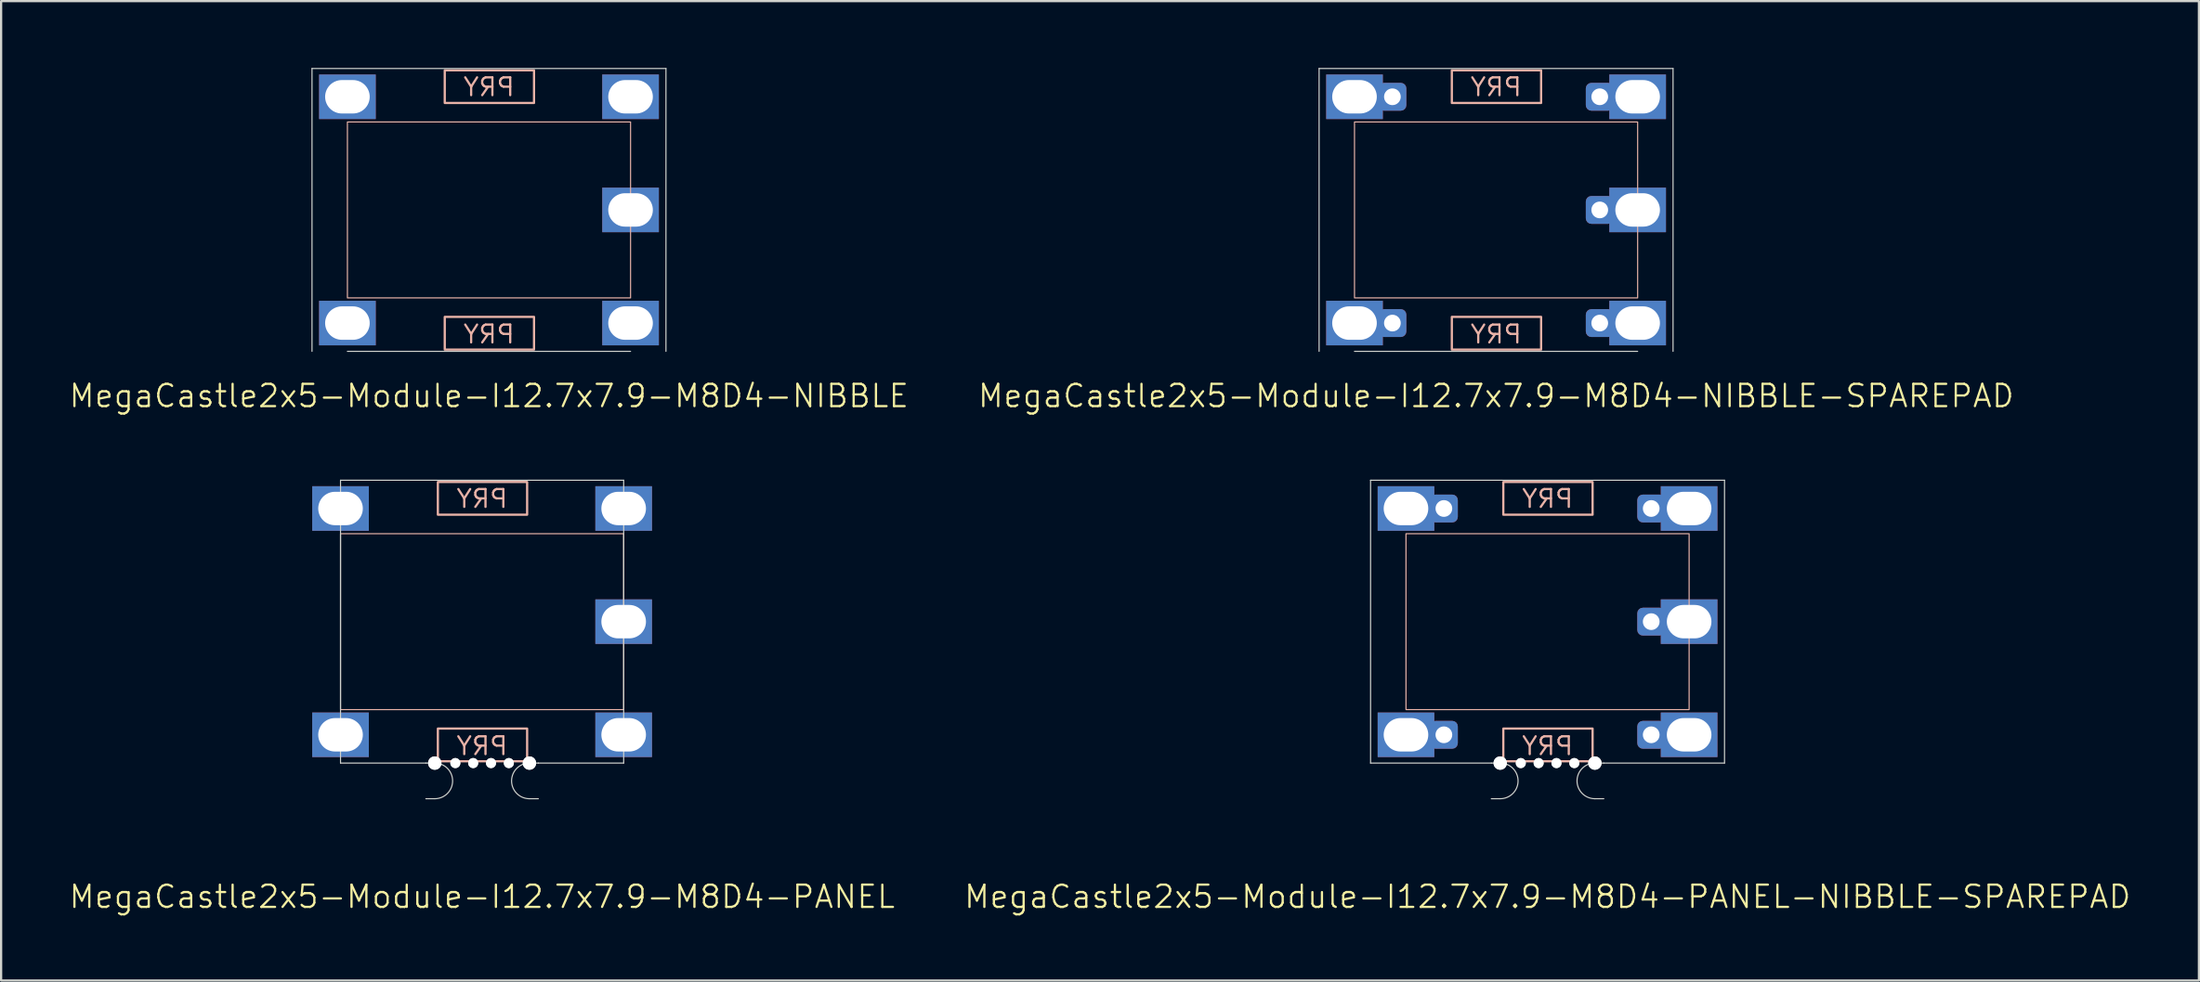
<source format=kicad_pcb>
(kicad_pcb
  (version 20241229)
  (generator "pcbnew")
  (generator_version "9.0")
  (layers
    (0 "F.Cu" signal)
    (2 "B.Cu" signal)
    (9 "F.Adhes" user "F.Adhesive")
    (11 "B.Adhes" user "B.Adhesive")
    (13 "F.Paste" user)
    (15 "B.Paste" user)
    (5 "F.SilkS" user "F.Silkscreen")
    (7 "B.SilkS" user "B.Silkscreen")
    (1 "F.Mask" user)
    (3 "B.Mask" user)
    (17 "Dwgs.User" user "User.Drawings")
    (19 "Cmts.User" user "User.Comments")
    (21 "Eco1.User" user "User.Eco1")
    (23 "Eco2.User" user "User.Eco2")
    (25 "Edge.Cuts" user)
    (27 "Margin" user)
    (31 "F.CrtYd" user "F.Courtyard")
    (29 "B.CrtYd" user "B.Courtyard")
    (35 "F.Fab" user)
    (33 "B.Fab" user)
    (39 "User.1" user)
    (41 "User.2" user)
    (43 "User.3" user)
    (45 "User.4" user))
  (footprint "MegaCastle2x5-Module-I12.7x7.9-M8D4-NIBBLE-SPAREPAD"
    (layer "F.Cu")
    (at 64.055 6.375)
    (property "Reference" "MegaCastle2x5-Module-I12.7x7.9-M8D4-NIBBLE-SPAREPAD" (at 0 8.35 0) (unlocked yes) (layer "F.SilkS") (effects (font (size 1 1) (thickness 0.1))))
    (attr smd)
    (fp_rect (start -6.35 3.95) (end 6.35 -3.95) (stroke (width 0.05) (type default)) (fill no) (layer "B.SilkS"))
    (fp_rect (start -1.984 -4.801) (end 2.02 -6.27) (stroke (width 0.1) (type default)) (fill no) (layer "B.SilkS"))
    (fp_rect (start -1.984 4.801) (end 2.02 6.27) (stroke (width 0.1) (type default)) (fill no) (layer "B.SilkS"))
    (fp_line (start -7.938 -6.35) (end -7.938 6.35) (stroke (width 0.05) (type default)) (layer "Edge.Cuts"))
    (fp_line (start -7.938 -6.35) (end 7.938 -6.35) (stroke (width 0.05) (type default)) (layer "Edge.Cuts"))
    (fp_line (start -6.35 6.35) (end 6.35 6.35) (stroke (width 0.05) (type default)) (layer "Edge.Cuts"))
    (fp_line (start 7.938 -6.35) (end 7.938 6.35) (stroke (width 0.05) (type default)) (layer "Edge.Cuts"))
    (fp_text user "PRY" (at 0 -5.05 0) (unlocked yes) (layer "B.SilkS") (effects (font (size 0.8 0.8) (thickness 0.1)) (justify bottom mirror)))
    (fp_text user "PRY" (at 0 6.05 0) (unlocked yes) (layer "B.SilkS") (effects (font (size 0.8 0.8) (thickness 0.1)) (justify bottom mirror)))
    (pad "1" thru_hole rect (at -6.35 -5.08) (size 2.54 2) (drill oval 2 1.5) (property pad_prop_castellated) (layers "*.Cu" "*.Mask"))
    (pad "1" thru_hole roundrect (at -4.65 -5.08 180) (size 1.25 1.25) (drill 0.75) (layers "*.Cu" "*.Mask") (roundrect_rratio 0.2))
    (pad "5" thru_hole rect (at -6.35 5.08) (size 2.54 2) (drill oval 2 1.5) (property pad_prop_castellated) (layers "*.Cu" "*.Mask"))
    (pad "5" thru_hole roundrect (at -4.65 5.08 180) (size 1.25 1.25) (drill 0.75) (layers "*.Cu" "*.Mask") (roundrect_rratio 0.2))
    (pad "6" thru_hole roundrect (at 4.65 -5.08 180) (size 1.25 1.25) (drill 0.75) (layers "*.Cu" "*.Mask") (roundrect_rratio 0.2))
    (pad "6" thru_hole rect (at 6.35 -5.08) (size 2.54 2) (drill oval 2 1.5) (property pad_prop_castellated) (layers "*.Cu" "*.Mask"))
    (pad "8" thru_hole roundrect (at 4.65 0 180) (size 1.25 1.25) (drill 0.75) (layers "*.Cu" "*.Mask") (roundrect_rratio 0.2))
    (pad "8" thru_hole rect (at 6.35 0) (size 2.54 2) (drill oval 2 1.5) (property pad_prop_castellated) (layers "*.Cu" "*.Mask"))
    (pad "10" thru_hole roundrect (at 4.65 5.08 180) (size 1.25 1.25) (drill 0.75) (layers "*.Cu" "*.Mask") (roundrect_rratio 0.2))
    (pad "10" thru_hole rect (at 6.35 5.08) (size 2.54 2) (drill oval 2 1.5) (property pad_prop_castellated) (layers "*.Cu" "*.Mask"))
    (zone (net_name "") (layer "B.Cu") (hatch edge 0.5) (connect_pads) (min_thickness 0.25) (filled_areas_thickness no) (keepout (tracks allowed) (vias allowed) (pads allowed) (copperpour allowed) (footprints not_allowed)) (placement (enabled no)) (fill) (polygon (pts (xy 57.705 12.725) (xy 57.705 0.025))))
    (zone (net_name "") (layer "B.Cu") (hatch edge 0.5) (connect_pads) (min_thickness 0.25) (filled_areas_thickness no) (keepout (tracks allowed) (vias allowed) (pads allowed) (copperpour allowed) (footprints not_allowed)) (placement (enabled no)) (fill) (polygon (pts (xy 70.405 12.725) (xy 70.405 0.025))))
    (zone (net_name "") (layer "B.Cu") (hatch edge 0.5) (connect_pads) (min_thickness 0.25) (filled_areas_thickness no) (keepout (tracks allowed) (vias allowed) (pads allowed) (copperpour allowed) (footprints not_allowed)) (placement (enabled no)) (fill) (polygon (pts (xy 57.705 0.025) (xy 57.705 2.425) (xy 70.405 2.425) (xy 70.405 0.025))))
    (zone (net_name "") (layer "B.Cu") (hatch edge 0.5) (connect_pads) (min_thickness 0.25) (filled_areas_thickness no) (keepout (tracks allowed) (vias allowed) (pads allowed) (copperpour allowed) (footprints not_allowed)) (placement (enabled no)) (fill) (polygon (pts (xy 57.705 12.725) (xy 57.705 10.325) (xy 70.405 10.325) (xy 70.405 12.725))))
    (zone (net_name "") (layer "B.Cu") (name "Upper Pry Zone") (hatch edge 0.5) (connect_pads) (min_thickness 0.25) (filled_areas_thickness no) (keepout (tracks not_allowed) (vias not_allowed) (pads not_allowed) (copperpour allowed) (footprints not_allowed)) (placement (enabled no)) (fill) (polygon (pts (xy 62.071 1.574) (xy 62.071 0.105) (xy 66.074 0.105) (xy 66.074 1.574))))
    (zone (net_name "") (layer "B.Cu") (name "Upper Pry Zone") (hatch edge 0.5) (connect_pads) (min_thickness 0.25) (filled_areas_thickness no) (keepout (tracks not_allowed) (vias not_allowed) (pads not_allowed) (copperpour allowed) (footprints not_allowed)) (placement (enabled no)) (fill) (polygon (pts (xy 62.071 11.176) (xy 62.071 12.645) (xy 66.074 12.645) (xy 66.074 11.176)))))
  (footprint "MegaCastle2x5-Module-I12.7x7.9-M8D4-PANEL-NIBBLE-SPAREPAD"
    (layer "F.Cu")
    (at 66.364 24.86)
    (property "Reference" "MegaCastle2x5-Module-I12.7x7.9-M8D4-PANEL-NIBBLE-SPAREPAD" (at 0 12.35 0) (unlocked yes) (layer "F.SilkS") (effects (font (size 1 1) (thickness 0.1))))
    (attr smd)
    (fp_rect (start -6.35 3.95) (end 6.35 -3.95) (stroke (width 0.05) (type default)) (fill no) (layer "B.SilkS"))
    (fp_rect (start -1.984 -4.801) (end 2.02 -6.27) (stroke (width 0.1) (type default)) (fill no) (layer "B.SilkS"))
    (fp_rect (start -1.984 4.801) (end 2.02 6.27) (stroke (width 0.1) (type default)) (fill no) (layer "B.SilkS"))
    (fp_line (start -7.938 -6.35) (end -7.938 6.35) (stroke (width 0.05) (type default)) (layer "Edge.Cuts"))
    (fp_line (start -7.938 -6.35) (end 7.938 -6.35) (stroke (width 0.05) (type default)) (layer "Edge.Cuts"))
    (fp_line (start -7.938 6.35) (end -2.522 6.35) (stroke (width 0.05) (type default)) (layer "Edge.Cuts"))
    (fp_line (start -2.522 6.35) (end -2.123 6.35) (stroke (width 0.05) (type default)) (layer "Edge.Cuts"))
    (fp_line (start -2.522 7.95) (end -2.123 7.95) (stroke (width 0.05) (type default)) (layer "Edge.Cuts"))
    (fp_line (start 2.522 6.35) (end 2.123 6.35) (stroke (width 0.05) (type default)) (layer "Edge.Cuts"))
    (fp_line (start 2.522 6.35) (end 7.938 6.35) (stroke (width 0.05) (type default)) (layer "Edge.Cuts"))
    (fp_line (start 2.522 7.95) (end 2.123 7.95) (stroke (width 0.05) (type default)) (layer "Edge.Cuts"))
    (fp_line (start 7.938 -6.35) (end 7.938 6.35) (stroke (width 0.05) (type default)) (layer "Edge.Cuts"))
    (fp_arc (start -2.1225 6.35) (mid -1.3225 7.15) (end -2.1225 7.95) (stroke (width 0.05) (type default)) (layer "Edge.Cuts"))
    (fp_arc (start 2.1225 7.95) (mid 1.3225 7.15) (end 2.1225 6.35) (stroke (width 0.05) (type default)) (layer "Edge.Cuts"))
    (fp_text user "PRY" (at 0 -5.05 0) (unlocked yes) (layer "B.SilkS") (effects (font (size 0.8 0.8) (thickness 0.1)) (justify bottom mirror)))
    (fp_text user "PRY" (at 0 6.05 0) (unlocked yes) (layer "B.SilkS") (effects (font (size 0.8 0.8) (thickness 0.1)) (justify bottom mirror)))
    (pad "" np_thru_hole circle (at -2.123 6.35) (size 0.6 0.6) (drill 0.6) (layers "*.Cu" "Edge.Cuts"))
    (pad "" np_thru_hole circle (at -1.2 6.35) (size 0.45 0.45) (drill 0.45) (layers "*.Cu" "Edge.Cuts"))
    (pad "" np_thru_hole circle (at -0.4 6.35) (size 0.45 0.45) (drill 0.45) (layers "*.Cu" "Edge.Cuts"))
    (pad "" np_thru_hole circle (at 0.4 6.35) (size 0.45 0.45) (drill 0.45) (layers "*.Cu" "Edge.Cuts"))
    (pad "" np_thru_hole circle (at 1.2 6.35) (size 0.45 0.45) (drill 0.45) (layers "*.Cu" "Edge.Cuts"))
    (pad "" np_thru_hole circle (at 2.123 6.35) (size 0.6 0.6) (drill 0.6) (layers "*.Cu" "Edge.Cuts"))
    (pad "1" thru_hole rect (at -6.35 -5.08) (size 2.54 2) (drill oval 2 1.5) (property pad_prop_castellated) (layers "*.Cu" "*.Mask"))
    (pad "1" thru_hole roundrect (at -4.65 -5.08 180) (size 1.25 1.25) (drill 0.75) (layers "*.Cu" "*.Mask") (roundrect_rratio 0.2))
    (pad "5" thru_hole rect (at -6.35 5.08) (size 2.54 2) (drill oval 2 1.5) (property pad_prop_castellated) (layers "*.Cu" "*.Mask"))
    (pad "5" thru_hole roundrect (at -4.65 5.08 180) (size 1.25 1.25) (drill 0.75) (layers "*.Cu" "*.Mask") (roundrect_rratio 0.2))
    (pad "6" thru_hole roundrect (at 4.65 -5.08 180) (size 1.25 1.25) (drill 0.75) (layers "*.Cu" "*.Mask") (roundrect_rratio 0.2))
    (pad "6" thru_hole rect (at 6.35 -5.08) (size 2.54 2) (drill oval 2 1.5) (property pad_prop_castellated) (layers "*.Cu" "*.Mask"))
    (pad "8" thru_hole roundrect (at 4.65 0 180) (size 1.25 1.25) (drill 0.75) (layers "*.Cu" "*.Mask") (roundrect_rratio 0.2))
    (pad "8" thru_hole rect (at 6.35 0) (size 2.54 2) (drill oval 2 1.5) (property pad_prop_castellated) (layers "*.Cu" "*.Mask"))
    (pad "10" thru_hole roundrect (at 4.65 5.08 180) (size 1.25 1.25) (drill 0.75) (layers "*.Cu" "*.Mask") (roundrect_rratio 0.2))
    (pad "10" thru_hole rect (at 6.35 5.08) (size 2.54 2) (drill oval 2 1.5) (property pad_prop_castellated) (layers "*.Cu" "*.Mask"))
    (zone (net_name "") (layer "B.Cu") (hatch edge 0.5) (connect_pads) (min_thickness 0.25) (filled_areas_thickness no) (keepout (tracks allowed) (vias allowed) (pads allowed) (copperpour allowed) (footprints not_allowed)) (placement (enabled no)) (fill) (polygon (pts (xy 60.014 31.21) (xy 60.014 18.511))))
    (zone (net_name "") (layer "B.Cu") (hatch edge 0.5) (connect_pads) (min_thickness 0.25) (filled_areas_thickness no) (keepout (tracks allowed) (vias allowed) (pads allowed) (copperpour allowed) (footprints not_allowed)) (placement (enabled no)) (fill) (polygon (pts (xy 72.714 31.21) (xy 72.714 18.511))))
    (zone (net_name "") (layer "B.Cu") (hatch edge 0.5) (connect_pads) (min_thickness 0.25) (filled_areas_thickness no) (keepout (tracks allowed) (vias allowed) (pads allowed) (copperpour allowed) (footprints not_allowed)) (placement (enabled no)) (fill) (polygon (pts (xy 60.014 18.511) (xy 60.014 20.91) (xy 72.714 20.91) (xy 72.714 18.511))))
    (zone (net_name "") (layer "B.Cu") (hatch edge 0.5) (connect_pads) (min_thickness 0.25) (filled_areas_thickness no) (keepout (tracks allowed) (vias allowed) (pads allowed) (copperpour allowed) (footprints not_allowed)) (placement (enabled no)) (fill) (polygon (pts (xy 60.014 31.21) (xy 60.014 28.811) (xy 72.714 28.811) (xy 72.714 31.21))))
    (zone (net_name "") (layer "B.Cu") (name "Upper Pry Zone") (hatch edge 0.5) (connect_pads) (min_thickness 0.25) (filled_areas_thickness no) (keepout (tracks not_allowed) (vias not_allowed) (pads not_allowed) (copperpour allowed) (footprints not_allowed)) (placement (enabled no)) (fill) (polygon (pts (xy 64.38 20.059) (xy 64.38 18.59) (xy 68.384 18.59) (xy 68.384 20.059))))
    (zone (net_name "") (layer "B.Cu") (name "Upper Pry Zone") (hatch edge 0.5) (connect_pads) (min_thickness 0.25) (filled_areas_thickness no) (keepout (tracks not_allowed) (vias not_allowed) (pads not_allowed) (copperpour allowed) (footprints not_allowed)) (placement (enabled no)) (fill) (polygon (pts (xy 64.38 29.662) (xy 64.38 31.131) (xy 68.384 31.131) (xy 68.384 29.662)))))
  (footprint "MegaCastle2x5-Module-I12.7x7.9-M8D4-PANEL"
    (layer "F.Cu")
    (at 18.574 24.86)
    (property "Reference" "MegaCastle2x5-Module-I12.7x7.9-M8D4-PANEL" (at 0 12.35 0) (unlocked yes) (layer "F.SilkS") (effects (font (size 1 1) (thickness 0.1))))
    (attr smd)
    (fp_rect (start -6.35 3.95) (end 6.35 -3.95) (stroke (width 0.05) (type default)) (fill no) (layer "B.SilkS"))
    (fp_rect (start -1.984 -4.801) (end 2.02 -6.27) (stroke (width 0.1) (type default)) (fill no) (layer "B.SilkS"))
    (fp_rect (start -1.984 4.801) (end 2.02 6.27) (stroke (width 0.1) (type default)) (fill no) (layer "B.SilkS"))
    (fp_line (start -6.35 -6.35) (end -6.35 6.35) (stroke (width 0.05) (type default)) (layer "Edge.Cuts"))
    (fp_line (start -6.35 -6.35) (end 6.35 -6.35) (stroke (width 0.05) (type default)) (layer "Edge.Cuts"))
    (fp_line (start -6.35 6.35) (end -2.522 6.35) (stroke (width 0.05) (type default)) (layer "Edge.Cuts"))
    (fp_line (start -2.522 6.35) (end -2.123 6.35) (stroke (width 0.05) (type default)) (layer "Edge.Cuts"))
    (fp_line (start -2.522 7.95) (end -2.123 7.95) (stroke (width 0.05) (type default)) (layer "Edge.Cuts"))
    (fp_line (start 2.522 6.35) (end 2.123 6.35) (stroke (width 0.05) (type default)) (layer "Edge.Cuts"))
    (fp_line (start 2.522 6.35) (end 6.35 6.35) (stroke (width 0.05) (type default)) (layer "Edge.Cuts"))
    (fp_line (start 2.522 7.95) (end 2.123 7.95) (stroke (width 0.05) (type default)) (layer "Edge.Cuts"))
    (fp_line (start 6.35 -6.35) (end 6.35 6.35) (stroke (width 0.05) (type default)) (layer "Edge.Cuts"))
    (fp_arc (start -2.1225 6.35) (mid -1.3225 7.15) (end -2.1225 7.95) (stroke (width 0.05) (type default)) (layer "Edge.Cuts"))
    (fp_arc (start 2.1225 7.95) (mid 1.3225 7.15) (end 2.1225 6.35) (stroke (width 0.05) (type default)) (layer "Edge.Cuts"))
    (fp_text user "PRY" (at 0 -5.05 0) (unlocked yes) (layer "B.SilkS") (effects (font (size 0.8 0.8) (thickness 0.1)) (justify bottom mirror)))
    (fp_text user "PRY" (at 0 6.05 0) (unlocked yes) (layer "B.SilkS") (effects (font (size 0.8 0.8) (thickness 0.1)) (justify bottom mirror)))
    (pad "" np_thru_hole circle (at -2.123 6.35) (size 0.6 0.6) (drill 0.6) (layers "*.Cu" "Edge.Cuts"))
    (pad "" np_thru_hole circle (at -1.2 6.35) (size 0.45 0.45) (drill 0.45) (layers "*.Cu" "Edge.Cuts"))
    (pad "" np_thru_hole circle (at -0.4 6.35) (size 0.45 0.45) (drill 0.45) (layers "*.Cu" "Edge.Cuts"))
    (pad "" np_thru_hole circle (at 0.4 6.35) (size 0.45 0.45) (drill 0.45) (layers "*.Cu" "Edge.Cuts"))
    (pad "" np_thru_hole circle (at 1.2 6.35) (size 0.45 0.45) (drill 0.45) (layers "*.Cu" "Edge.Cuts"))
    (pad "" np_thru_hole circle (at 2.123 6.35) (size 0.6 0.6) (drill 0.6) (layers "*.Cu" "Edge.Cuts"))
    (pad "1" thru_hole rect (at -6.35 -5.08) (size 2.54 2) (drill oval 2 1.5) (property pad_prop_castellated) (layers "*.Cu" "*.Mask"))
    (pad "5" thru_hole rect (at -6.35 5.08) (size 2.54 2) (drill oval 2 1.5) (property pad_prop_castellated) (layers "*.Cu" "*.Mask"))
    (pad "6" thru_hole rect (at 6.35 -5.08) (size 2.54 2) (drill oval 2 1.5) (property pad_prop_castellated) (layers "*.Cu" "*.Mask"))
    (pad "8" thru_hole rect (at 6.35 0) (size 2.54 2) (drill oval 2 1.5) (property pad_prop_castellated) (layers "*.Cu" "*.Mask"))
    (pad "10" thru_hole rect (at 6.35 5.08) (size 2.54 2) (drill oval 2 1.5) (property pad_prop_castellated) (layers "*.Cu" "*.Mask"))
    (zone (net_name "") (layer "B.Cu") (hatch edge 0.5) (connect_pads) (min_thickness 0.25) (filled_areas_thickness no) (keepout (tracks allowed) (vias allowed) (pads allowed) (copperpour allowed) (footprints not_allowed)) (placement (enabled no)) (fill) (polygon (pts (xy 12.224 31.21) (xy 12.224 18.511))))
    (zone (net_name "") (layer "B.Cu") (hatch edge 0.5) (connect_pads) (min_thickness 0.25) (filled_areas_thickness no) (keepout (tracks allowed) (vias allowed) (pads allowed) (copperpour allowed) (footprints not_allowed)) (placement (enabled no)) (fill) (polygon (pts (xy 24.924 31.21) (xy 24.924 18.511))))
    (zone (net_name "") (layer "B.Cu") (hatch edge 0.5) (connect_pads) (min_thickness 0.25) (filled_areas_thickness no) (keepout (tracks allowed) (vias allowed) (pads allowed) (copperpour allowed) (footprints not_allowed)) (placement (enabled no)) (fill) (polygon (pts (xy 12.224 18.511) (xy 12.224 20.91) (xy 24.924 20.91) (xy 24.924 18.511))))
    (zone (net_name "") (layer "B.Cu") (hatch edge 0.5) (connect_pads) (min_thickness 0.25) (filled_areas_thickness no) (keepout (tracks allowed) (vias allowed) (pads allowed) (copperpour allowed) (footprints not_allowed)) (placement (enabled no)) (fill) (polygon (pts (xy 12.224 31.21) (xy 12.224 28.811) (xy 24.924 28.811) (xy 24.924 31.21))))
    (zone (net_name "") (layer "B.Cu") (name "Upper Pry Zone") (hatch edge 0.5) (connect_pads) (min_thickness 0.25) (filled_areas_thickness no) (keepout (tracks not_allowed) (vias not_allowed) (pads not_allowed) (copperpour allowed) (footprints not_allowed)) (placement (enabled no)) (fill) (polygon (pts (xy 16.59 20.059) (xy 16.59 18.59) (xy 20.593 18.59) (xy 20.593 20.059))))
    (zone (net_name "") (layer "B.Cu") (name "Upper Pry Zone") (hatch edge 0.5) (connect_pads) (min_thickness 0.25) (filled_areas_thickness no) (keepout (tracks not_allowed) (vias not_allowed) (pads not_allowed) (copperpour allowed) (footprints not_allowed)) (placement (enabled no)) (fill) (polygon (pts (xy 16.59 29.662) (xy 16.59 31.131) (xy 20.593 31.131) (xy 20.593 29.662)))))
  (footprint "MegaCastle2x5-Module-I12.7x7.9-M8D4-NIBBLE"
    (layer "F.Cu")
    (at 18.883 6.375)
    (property "Reference" "MegaCastle2x5-Module-I12.7x7.9-M8D4-NIBBLE" (at 0 8.35 0) (unlocked yes) (layer "F.SilkS") (effects (font (size 1 1) (thickness 0.1))))
    (attr smd)
    (fp_rect (start -6.35 3.95) (end 6.35 -3.95) (stroke (width 0.05) (type default)) (fill no) (layer "B.SilkS"))
    (fp_rect (start -1.984 -4.801) (end 2.02 -6.27) (stroke (width 0.1) (type default)) (fill no) (layer "B.SilkS"))
    (fp_rect (start -1.984 4.801) (end 2.02 6.27) (stroke (width 0.1) (type default)) (fill no) (layer "B.SilkS"))
    (fp_line (start -7.938 -6.35) (end -7.938 6.35) (stroke (width 0.05) (type default)) (layer "Edge.Cuts"))
    (fp_line (start -7.938 -6.35) (end 7.938 -6.35) (stroke (width 0.05) (type default)) (layer "Edge.Cuts"))
    (fp_line (start -6.35 6.35) (end 6.35 6.35) (stroke (width 0.05) (type default)) (layer "Edge.Cuts"))
    (fp_line (start 7.938 -6.35) (end 7.938 6.35) (stroke (width 0.05) (type default)) (layer "Edge.Cuts"))
    (fp_text user "PRY" (at 0 -5.05 0) (unlocked yes) (layer "B.SilkS") (effects (font (size 0.8 0.8) (thickness 0.1)) (justify bottom mirror)))
    (fp_text user "PRY" (at 0 6.05 0) (unlocked yes) (layer "B.SilkS") (effects (font (size 0.8 0.8) (thickness 0.1)) (justify bottom mirror)))
    (pad "1" thru_hole rect (at -6.35 -5.08) (size 2.54 2) (drill oval 2 1.5) (property pad_prop_castellated) (layers "*.Cu" "*.Mask"))
    (pad "5" thru_hole rect (at -6.35 5.08) (size 2.54 2) (drill oval 2 1.5) (property pad_prop_castellated) (layers "*.Cu" "*.Mask"))
    (pad "6" thru_hole rect (at 6.35 -5.08) (size 2.54 2) (drill oval 2 1.5) (property pad_prop_castellated) (layers "*.Cu" "*.Mask"))
    (pad "8" thru_hole rect (at 6.35 0) (size 2.54 2) (drill oval 2 1.5) (property pad_prop_castellated) (layers "*.Cu" "*.Mask"))
    (pad "10" thru_hole rect (at 6.35 5.08) (size 2.54 2) (drill oval 2 1.5) (property pad_prop_castellated) (layers "*.Cu" "*.Mask"))
    (zone (net_name "") (layer "B.Cu") (hatch edge 0.5) (connect_pads) (min_thickness 0.25) (filled_areas_thickness no) (keepout (tracks allowed) (vias allowed) (pads allowed) (copperpour allowed) (footprints not_allowed)) (placement (enabled no)) (fill) (polygon (pts (xy 12.533 12.725) (xy 12.533 0.025))))
    (zone (net_name "") (layer "B.Cu") (hatch edge 0.5) (connect_pads) (min_thickness 0.25) (filled_areas_thickness no) (keepout (tracks allowed) (vias allowed) (pads allowed) (copperpour allowed) (footprints not_allowed)) (placement (enabled no)) (fill) (polygon (pts (xy 25.233 12.725) (xy 25.233 0.025))))
    (zone (net_name "") (layer "B.Cu") (hatch edge 0.5) (connect_pads) (min_thickness 0.25) (filled_areas_thickness no) (keepout (tracks allowed) (vias allowed) (pads allowed) (copperpour allowed) (footprints not_allowed)) (placement (enabled no)) (fill) (polygon (pts (xy 12.533 0.025) (xy 12.533 2.425) (xy 25.233 2.425) (xy 25.233 0.025))))
    (zone (net_name "") (layer "B.Cu") (hatch edge 0.5) (connect_pads) (min_thickness 0.25) (filled_areas_thickness no) (keepout (tracks allowed) (vias allowed) (pads allowed) (copperpour allowed) (footprints not_allowed)) (placement (enabled no)) (fill) (polygon (pts (xy 12.533 12.725) (xy 12.533 10.325) (xy 25.233 10.325) (xy 25.233 12.725))))
    (zone (net_name "") (layer "B.Cu") (name "Upper Pry Zone") (hatch edge 0.5) (connect_pads) (min_thickness 0.25) (filled_areas_thickness no) (keepout (tracks not_allowed) (vias not_allowed) (pads not_allowed) (copperpour allowed) (footprints not_allowed)) (placement (enabled no)) (fill) (polygon (pts (xy 16.899 1.574) (xy 16.899 0.105) (xy 20.903 0.105) (xy 20.903 1.574))))
    (zone (net_name "") (layer "B.Cu") (name "Upper Pry Zone") (hatch edge 0.5) (connect_pads) (min_thickness 0.25) (filled_areas_thickness no) (keepout (tracks not_allowed) (vias not_allowed) (pads not_allowed) (copperpour allowed) (footprints not_allowed)) (placement (enabled no)) (fill) (polygon (pts (xy 16.899 11.176) (xy 16.899 12.645) (xy 20.903 12.645) (xy 20.903 11.176)))))
  (gr_rect
    (start -3 -3)
    (end 95.581 40.971)
    (stroke (width 0.1) (type default))
    (fill no)
    (layer "Edge.Cuts")))
</source>
